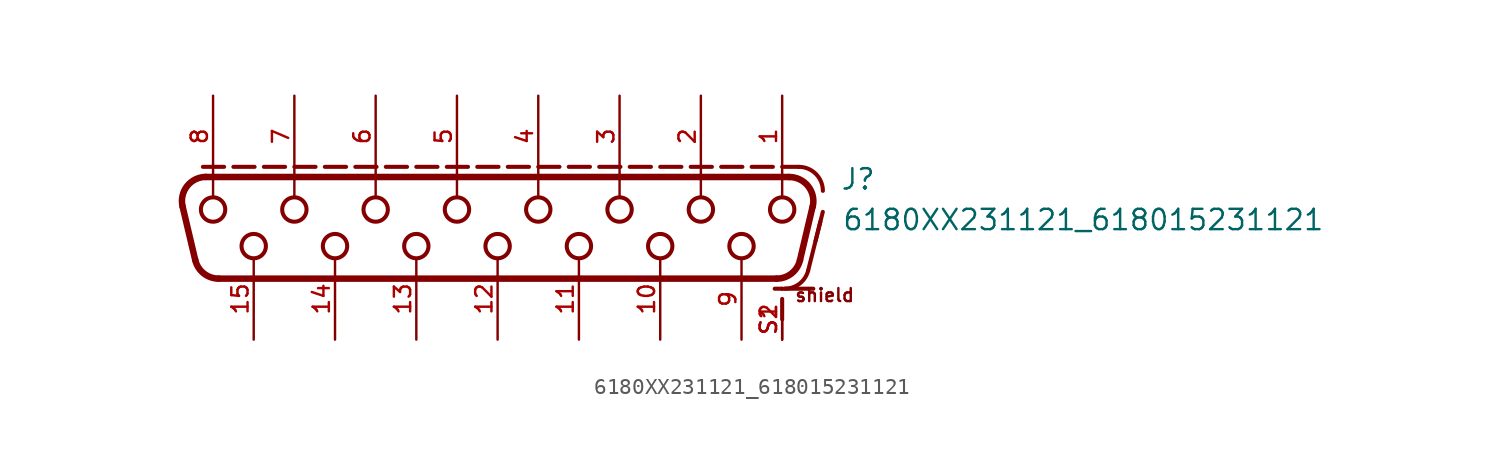
<source format=kicad_sym>
(kicad_symbol_lib
  (version 20211014)
  (generator kicad_symbol_editor)
  (symbol "6180XX231121_618015231121"
    (pin_names
      (offset 1.016))
    (property "Reference" "J"
      (at 21.4 1.66 0)
      (effects (font (size 1.27 1.27)) (justify bottom left)))
    (property "Value" "6180XX231121_618015231121"
      (at 21.5 -0.88 0)
      (effects (font (size 1.27 1.27)) (justify bottom left)))
    (symbol "6180XX231121_618015231121_0_0"
      (polyline (pts (xy -18.224 2.54) (xy 18.224 2.54)) (stroke (width 0.406)))
      (arc (start 19.6842 0.695166) (mid 19.3983 1.9738) (end 18.2244 2.54) (stroke (width 0.4064) (type default) (color 0 0 0 0)) (fill (type none)))
      (polyline (pts (xy 19.684 0.695) (xy 18.893 -2.655)) (stroke (width 0.406)))
      (arc (start 17.4331 -3.81) (mid 18.3609 -3.4886) (end 18.8929 -2.65484) (stroke (width 0.4064) (type default) (color 0 0 0 0)) (fill (type none)))
      (polyline (pts (xy 17.433 -3.81) (xy -17.433 -3.81)) (stroke (width 0.406)))
      (arc (start -19.6842 0.695166) (mid -19.3983 1.9738) (end -18.2244 2.54) (stroke (width 0.4064) (type default) (color 0 0 0 0)) (fill (type none)))
      (arc (start -18.8929 -2.65484) (mid -18.3669 -3.4839) (end -17.4331 -3.81) (stroke (width 0.4064) (type default) (color 0 0 0 0)) (fill (type none)))
      (polyline (pts (xy -18.893 -2.655) (xy -19.684 0.695)) (stroke (width 0.406)))
      (arc (start 20.32 1.675) (mid 19.8807 2.7357) (end 18.82 3.175) (stroke (width 0.254) (type default) (color 0 0 0 0)) (fill (type none)))
      (arc (start 19.4041 -3.3038) (mid 18.8723 -4.122) (end 17.9488 -4.44) (stroke (width 0.254) (type default) (color 0 0 0 0)) (fill (type none)))
      (polyline (pts (xy -17.78 2.58) (xy -17.78 1.3)) (stroke (width 0.152)))
      (polyline (pts (xy 2.54 2.58) (xy 2.54 1.3)) (stroke (width 0.152)))
      (polyline (pts (xy 7.62 2.58) (xy 7.62 1.3)) (stroke (width 0.152)))
      (polyline (pts (xy 12.7 2.58) (xy 12.7 1.3)) (stroke (width 0.152)))
      (polyline (pts (xy 17.78 2.58) (xy 17.78 1.3)) (stroke (width 0.152)))
      (polyline (pts (xy -12.7 2.58) (xy -12.7 1.3)) (stroke (width 0.152)))
      (polyline (pts (xy -7.62 2.58) (xy -7.62 1.3)) (stroke (width 0.152)))
      (polyline (pts (xy -2.54 2.58) (xy -2.54 1.3)) (stroke (width 0.152)))
      (text "shield" (at 18.52 -5.32 0) (effects (font (size 0.813 0.813)) (justify bottom left)))
      (circle (center 17.78 0.508) (radius 0.762) (stroke (width 0.254)) (fill (type none)))
      (circle (center 12.7 0.508) (radius 0.762) (stroke (width 0.254)) (fill (type none)))
      (circle (center 7.62 0.508) (radius 0.762) (stroke (width 0.254)) (fill (type none)))
      (circle (center 2.54 0.508) (radius 0.762) (stroke (width 0.254)) (fill (type none)))
      (circle (center -17.78 0.508) (radius 0.762) (stroke (width 0.254)) (fill (type none)))
      (circle (center 15.24 -1.778) (radius 0.762) (stroke (width 0.254)) (fill (type none)))
      (circle (center 10.16 -1.778) (radius 0.762) (stroke (width 0.254)) (fill (type none)))
      (circle (center 5.08 -1.778) (radius 0.762) (stroke (width 0.254)) (fill (type none)))
      (circle (center 0.0 -1.778) (radius 0.762) (stroke (width 0.254)) (fill (type none)))
      (circle (center -7.62 0.508) (radius 0.762) (stroke (width 0.254)) (fill (type none)))
      (circle (center -12.7 0.508) (radius 0.762) (stroke (width 0.254)) (fill (type none)))
      (circle (center -5.08 -1.778) (radius 0.762) (stroke (width 0.254)) (fill (type none)))
      (circle (center -10.16 -1.778) (radius 0.762) (stroke (width 0.254)) (fill (type none)))
      (circle (center -15.24 -1.778) (radius 0.762) (stroke (width 0.254)) (fill (type none)))
      (circle (center -2.54 0.508) (radius 0.762) (stroke (width 0.254)) (fill (type none)))
      (polyline (pts (xy -18.415 3.175) (xy -17.09 3.175)) (stroke (width 0.254)))
      (polyline (pts (xy -16.51 3.175) (xy -15.185 3.175)) (stroke (width 0.254)))
      (polyline (pts (xy -14.605 3.175) (xy -13.28 3.175)) (stroke (width 0.254)))
      (polyline (pts (xy -12.7 3.175) (xy -11.375 3.175)) (stroke (width 0.254)))
      (polyline (pts (xy -10.795 3.175) (xy -9.47 3.175)) (stroke (width 0.254)))
      (polyline (pts (xy -8.89 3.175) (xy -7.565 3.175)) (stroke (width 0.254)))
      (polyline (pts (xy -6.985 3.175) (xy -5.66 3.175)) (stroke (width 0.254)))
      (polyline (pts (xy -5.08 3.175) (xy -3.755 3.175)) (stroke (width 0.254)))
      (polyline (pts (xy -3.175 3.175) (xy -1.85 3.175)) (stroke (width 0.254)))
      (polyline (pts (xy -1.27 3.175) (xy 0.055 3.175)) (stroke (width 0.254)))
      (polyline (pts (xy 0.635 3.175) (xy 1.96 3.175)) (stroke (width 0.254)))
      (polyline (pts (xy 2.54 3.175) (xy 3.865 3.175)) (stroke (width 0.254)))
      (polyline (pts (xy 4.445 3.175) (xy 5.77 3.175)) (stroke (width 0.254)))
      (polyline (pts (xy 6.35 3.175) (xy 7.675 3.175)) (stroke (width 0.254)))
      (polyline (pts (xy 8.255 3.175) (xy 9.58 3.175)) (stroke (width 0.254)))
      (polyline (pts (xy 10.16 3.175) (xy 11.485 3.175)) (stroke (width 0.254)))
      (polyline (pts (xy 12.065 3.175) (xy 13.39 3.175)) (stroke (width 0.254)))
      (polyline (pts (xy 13.97 3.175) (xy 15.295 3.175)) (stroke (width 0.254)))
      (polyline (pts (xy 15.875 3.175) (xy 17.2 3.175)) (stroke (width 0.254)))
      (polyline (pts (xy 17.78 3.175) (xy 18.82 3.175)) (stroke (width 0.254)))
      (polyline (pts (xy 17.78 -4.445) (xy 17.78 -4.445)) (stroke (width 0.254)))
      (polyline (pts (xy 17.78 -6.35) (xy 17.78 -5.08)) (stroke (width 0.254)))
      (polyline (pts (xy 17.82 -4.44) (xy 17.314 -4.44)) (stroke (width 0.254)))
      (polyline (pts (xy 19.725 -4.44) (xy 17.949 -4.44)) (stroke (width 0.254)))
      (polyline (pts (xy 19.404 -3.304) (xy 20.166 -0.256)) (stroke (width 0.254)))
      (polyline (pts (xy 19.866 -1.456) (xy 20.32 0.36)) (stroke (width 0.254)))
      (pin bidirectional line (at 17.78 7.62 270.0) (length 5.08) (name "~" (effects (font (size 1.016 1.016)))) (number "1" (effects (font (size 1.016 1.016)))))
      (pin bidirectional line (at 12.7 7.62 270.0) (length 5.08) (name "~" (effects (font (size 1.016 1.016)))) (number "2" (effects (font (size 1.016 1.016)))))
      (pin bidirectional line (at 7.62 7.62 270.0) (length 5.08) (name "~" (effects (font (size 1.016 1.016)))) (number "3" (effects (font (size 1.016 1.016)))))
      (pin bidirectional line (at 2.54 7.62 270.0) (length 5.08) (name "~" (effects (font (size 1.016 1.016)))) (number "4" (effects (font (size 1.016 1.016)))))
      (pin bidirectional line (at -2.54 7.62 270.0) (length 5.08) (name "~" (effects (font (size 1.016 1.016)))) (number "5" (effects (font (size 1.016 1.016)))))
      (pin bidirectional line (at -7.62 7.62 270.0) (length 5.08) (name "~" (effects (font (size 1.016 1.016)))) (number "6" (effects (font (size 1.016 1.016)))))
      (pin bidirectional line (at -12.7 7.62 270.0) (length 5.08) (name "~" (effects (font (size 1.016 1.016)))) (number "7" (effects (font (size 1.016 1.016)))))
      (pin bidirectional line (at -17.78 7.62 270.0) (length 5.08) (name "~" (effects (font (size 1.016 1.016)))) (number "8" (effects (font (size 1.016 1.016)))))
      (pin bidirectional line (at 15.24 -7.62 90.0) (length 5.08) (name "~" (effects (font (size 1.016 1.016)))) (number "9" (effects (font (size 1.016 1.016)))))
      (pin bidirectional line (at 10.16 -7.62 90.0) (length 5.08) (name "~" (effects (font (size 1.016 1.016)))) (number "10" (effects (font (size 1.016 1.016)))))
      (pin bidirectional line (at 5.08 -7.62 90.0) (length 5.08) (name "~" (effects (font (size 1.016 1.016)))) (number "11" (effects (font (size 1.016 1.016)))))
      (pin bidirectional line (at 0.0 -7.62 90.0) (length 5.08) (name "~" (effects (font (size 1.016 1.016)))) (number "12" (effects (font (size 1.016 1.016)))))
      (pin bidirectional line (at -5.08 -7.62 90.0) (length 5.08) (name "~" (effects (font (size 1.016 1.016)))) (number "13" (effects (font (size 1.016 1.016)))))
      (pin bidirectional line (at -10.16 -7.62 90.0) (length 5.08) (name "~" (effects (font (size 1.016 1.016)))) (number "14" (effects (font (size 1.016 1.016)))))
      (pin bidirectional line (at -15.24 -7.62 90.0) (length 5.08) (name "~" (effects (font (size 1.016 1.016)))) (number "15" (effects (font (size 1.016 1.016)))))
      (pin bidirectional line (at 17.78 -7.62 90.0) (length 2.54) (name "~" (effects (font (size 1.016 1.016)))) (number "S1" (effects (font (size 1.016 1.016)))))
      (pin bidirectional line (at 17.78 -7.62 90.0) (length 2.54) (name "~" (effects (font (size 1.016 1.016)))) (number "S2" (effects (font (size 1.016 1.016))))))))
</source>
